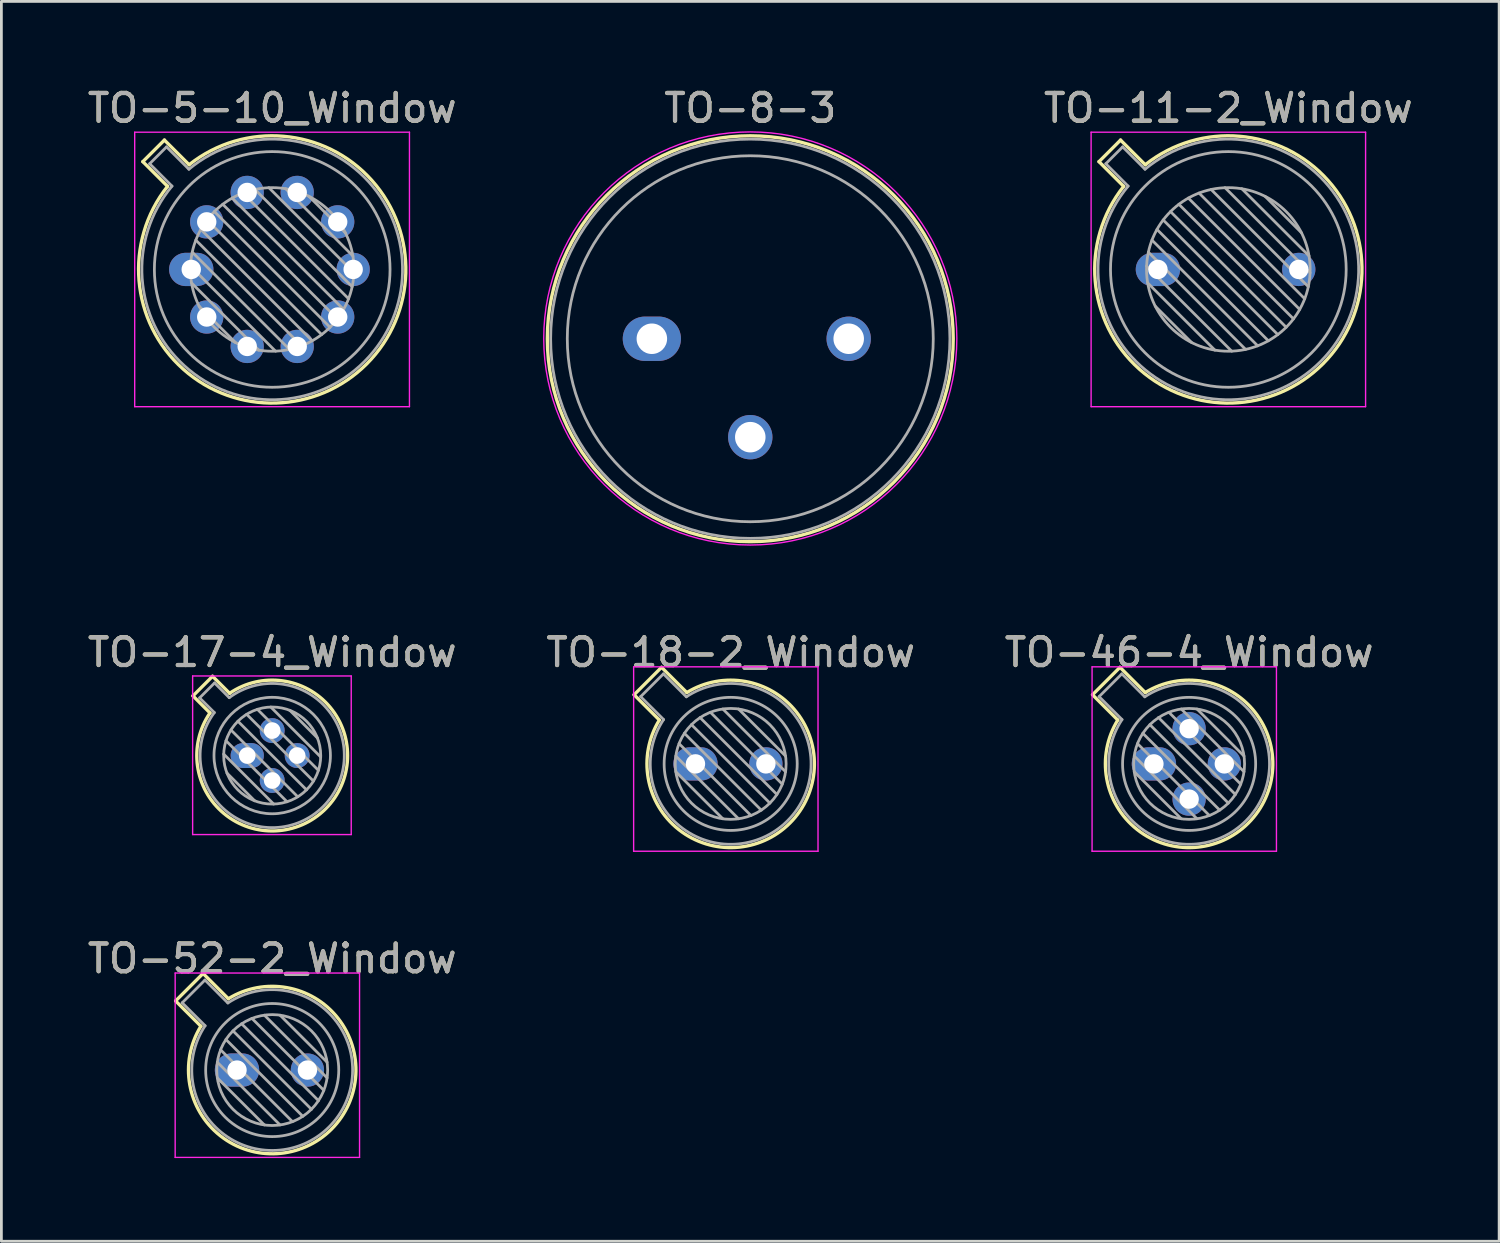
<source format=kicad_pcb>
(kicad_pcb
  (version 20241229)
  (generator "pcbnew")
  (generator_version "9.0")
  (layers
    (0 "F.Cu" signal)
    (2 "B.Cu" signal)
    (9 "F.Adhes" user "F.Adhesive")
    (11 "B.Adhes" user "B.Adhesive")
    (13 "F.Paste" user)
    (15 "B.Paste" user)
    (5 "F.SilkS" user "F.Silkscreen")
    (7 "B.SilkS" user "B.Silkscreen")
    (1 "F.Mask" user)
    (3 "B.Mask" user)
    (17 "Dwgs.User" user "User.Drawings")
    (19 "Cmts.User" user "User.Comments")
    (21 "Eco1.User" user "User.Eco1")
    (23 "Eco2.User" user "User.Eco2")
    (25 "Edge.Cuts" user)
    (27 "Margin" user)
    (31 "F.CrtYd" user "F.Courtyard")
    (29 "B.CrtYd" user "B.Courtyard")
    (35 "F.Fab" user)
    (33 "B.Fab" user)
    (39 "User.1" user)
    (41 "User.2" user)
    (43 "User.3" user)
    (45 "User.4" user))
  (footprint "TO-17-4_Window"
    (layer "F.Cu")
    (at 5.868 24.201)
    (property "Reference" "TO-17-4_Window" (at 0.9 -3.72 0) (layer "F.SilkS") (effects (font (size 1 1) (thickness 0.15))))
    (attr through_hole)
    (fp_line (start -1.959 -2.152) (end -1.344 -1.537) (stroke (width 0.12) (type solid)) (layer "F.SilkS"))
    (fp_line (start -1.252 -2.859) (end -1.959 -2.152) (stroke (width 0.12) (type solid)) (layer "F.SilkS"))
    (fp_line (start -0.637 -2.244) (end -1.252 -2.859) (stroke (width 0.12) (type solid)) (layer "F.SilkS"))
    (fp_arc (start -0.637002 -2.244109) (mid 2.82358 1.923081) (end -1.344508 -1.536419) (stroke (width 0.12) (type solid)) (layer "F.SilkS"))
    (fp_line (start -1.97 -2.87) (end -1.97 2.85) (stroke (width 0.05) (type solid)) (layer "F.CrtYd"))
    (fp_line (start -1.97 2.85) (end 3.75 2.85) (stroke (width 0.05) (type solid)) (layer "F.CrtYd"))
    (fp_line (start 3.75 -2.87) (end -1.97 -2.87) (stroke (width 0.05) (type solid)) (layer "F.CrtYd"))
    (fp_line (start 3.75 2.85) (end 3.75 -2.87) (stroke (width 0.05) (type solid)) (layer "F.CrtYd"))
    (fp_line (start -1.718 -2.08) (end -1.187 -1.55) (stroke (width 0.1) (type solid)) (layer "F.Fab"))
    (fp_line (start -1.18 -2.618) (end -1.718 -2.08) (stroke (width 0.1) (type solid)) (layer "F.Fab"))
    (fp_line (start -0.85 -0.053) (end 0.953 1.75) (stroke (width 0.1) (type solid)) (layer "F.Fab"))
    (fp_line (start -0.767 -0.535) (end 1.435 1.667) (stroke (width 0.1) (type solid)) (layer "F.Fab"))
    (fp_line (start -0.733 0.631) (end 0.269 1.633) (stroke (width 0.1) (type solid)) (layer "F.Fab"))
    (fp_line (start -0.65 -2.087) (end -1.18 -2.618) (stroke (width 0.1) (type solid)) (layer "F.Fab"))
    (fp_line (start -0.588 -0.922) (end 1.822 1.488) (stroke (width 0.1) (type solid)) (layer "F.Fab"))
    (fp_line (start -0.338 -1.238) (end 2.138 1.238) (stroke (width 0.1) (type solid)) (layer "F.Fab"))
    (fp_line (start -0.022 -1.488) (end 2.388 0.922) (stroke (width 0.1) (type solid)) (layer "F.Fab"))
    (fp_line (start 0.365 -1.667) (end 2.567 0.535) (stroke (width 0.1) (type solid)) (layer "F.Fab"))
    (fp_line (start 0.847 -1.75) (end 2.65 0.053) (stroke (width 0.1) (type solid)) (layer "F.Fab"))
    (fp_line (start 1.531 -1.633) (end 2.533 -0.631) (stroke (width 0.1) (type solid)) (layer "F.Fab"))
    (fp_arc (start -0.650035 -2.087436) (mid 2.738346 1.838609) (end -1.187214 -1.550334) (stroke (width 0.1) (type solid)) (layer "F.Fab"))
    (fp_circle (center 0.9 0) (end 2.65 0) (stroke (width 0.1) (type solid)) (fill no) (layer "F.Fab"))
    (fp_circle (center 0.9 0) (end 3 0) (stroke (width 0.1) (type solid)) (fill no) (layer "F.Fab"))
    (fp_text user "${REFERENCE}" (at 0.9 -3.72 0) (layer "F.Fab") (effects (font (size 1 1) (thickness 0.15))))
    (pad "1" thru_hole oval (at 0 0) (size 1.2 0.9) (drill 0.6) (layers "*.Cu" "*.Mask"))
    (pad "2" thru_hole oval (at 0.9 0.9) (size 0.9 0.9) (drill 0.6) (layers "*.Cu" "*.Mask"))
    (pad "3" thru_hole oval (at 1.8 0) (size 0.9 0.9) (drill 0.6) (layers "*.Cu" "*.Mask"))
    (pad "4" thru_hole oval (at 0.9 -0.9) (size 0.9 0.9) (drill 0.6) (layers "*.Cu" "*.Mask")))
  (footprint "TO-18-2_Window"
    (layer "F.Cu")
    (at 22.034 24.502)
    (property "Reference" "TO-18-2_Window" (at 1.27 -4.02 0) (layer "F.SilkS") (effects (font (size 1 1) (thickness 0.15))))
    (attr through_hole)
    (fp_line (start -2.214 -2.494) (end -1.302 -1.582) (stroke (width 0.12) (type solid)) (layer "F.SilkS"))
    (fp_line (start -1.224 -3.484) (end -2.214 -2.494) (stroke (width 0.12) (type solid)) (layer "F.SilkS"))
    (fp_line (start -0.312 -2.572) (end -1.224 -3.484) (stroke (width 0.12) (type solid)) (layer "F.SilkS"))
    (fp_arc (start -0.312331 -2.572281) (mid 3.405374 2.135551) (end -1.30215 -1.582544) (stroke (width 0.12) (type solid)) (layer "F.SilkS"))
    (fp_line (start -2.23 -3.5) (end -2.23 3.15) (stroke (width 0.05) (type solid)) (layer "F.CrtYd"))
    (fp_line (start -2.23 3.15) (end 4.42 3.15) (stroke (width 0.05) (type solid)) (layer "F.CrtYd"))
    (fp_line (start 4.42 -3.5) (end -2.23 -3.5) (stroke (width 0.05) (type solid)) (layer "F.CrtYd"))
    (fp_line (start 4.42 3.15) (end 4.42 -3.5) (stroke (width 0.05) (type solid)) (layer "F.CrtYd"))
    (fp_line (start -1.977 -2.426) (end -1.149 -1.599) (stroke (width 0.1) (type solid)) (layer "F.Fab"))
    (fp_line (start -1.156 -3.247) (end -1.977 -2.426) (stroke (width 0.1) (type solid)) (layer "F.Fab"))
    (fp_line (start -0.71 -0.283) (end 1.553 1.98) (stroke (width 0.1) (type solid)) (layer "F.Fab"))
    (fp_line (start -0.71 0.283) (end 0.987 1.98) (stroke (width 0.1) (type solid)) (layer "F.Fab"))
    (fp_line (start -0.592 -0.731) (end 2.001 1.862) (stroke (width 0.1) (type solid)) (layer "F.Fab"))
    (fp_line (start -0.399 -1.103) (end 2.373 1.669) (stroke (width 0.1) (type solid)) (layer "F.Fab"))
    (fp_line (start -0.329 -2.419) (end -1.156 -3.247) (stroke (width 0.1) (type solid)) (layer "F.Fab"))
    (fp_line (start -0.145 -1.415) (end 2.685 1.415) (stroke (width 0.1) (type solid)) (layer "F.Fab"))
    (fp_line (start 0.167 -1.669) (end 2.939 1.103) (stroke (width 0.1) (type solid)) (layer "F.Fab"))
    (fp_line (start 0.539 -1.862) (end 3.132 0.731) (stroke (width 0.1) (type solid)) (layer "F.Fab"))
    (fp_line (start 0.987 -1.98) (end 3.25 0.283) (stroke (width 0.1) (type solid)) (layer "F.Fab"))
    (fp_line (start 1.553 -1.98) (end 3.25 -0.283) (stroke (width 0.1) (type solid)) (layer "F.Fab"))
    (fp_arc (start -0.329057 -2.419301) (mid 3.321076 2.050143) (end -1.150029 -1.597956) (stroke (width 0.1) (type solid)) (layer "F.Fab"))
    (fp_circle (center 1.27 0) (end 3.27 0) (stroke (width 0.1) (type solid)) (fill no) (layer "F.Fab"))
    (fp_circle (center 1.27 0) (end 3.67 0) (stroke (width 0.1) (type solid)) (fill no) (layer "F.Fab"))
    (fp_text user "${REFERENCE}" (at 1.27 -4.02 0) (layer "F.Fab") (effects (font (size 1 1) (thickness 0.15))))
    (pad "1" thru_hole oval (at 0 0) (size 1.6 1.2) (drill 0.7) (layers "*.Cu" "*.Mask"))
    (pad "2" thru_hole oval (at 2.54 0) (size 1.2 1.2) (drill 0.7) (layers "*.Cu" "*.Mask")))
  (footprint "TO-8-3"
    (layer "F.Cu")
    (at 20.461 9.168)
    (property "Reference" "TO-8-3" (at 3.55 -8.32 0) (layer "F.SilkS") (effects (font (size 1 1) (thickness 0.15))))
    (attr through_hole)
    (fp_circle (center 3.55 0) (end 10.87 0) (stroke (width 0.12) (type solid)) (fill no) (layer "F.SilkS"))
    (fp_circle (center 3.55 -0.01) (end 11 -0.01) (stroke (width 0.05) (type solid)) (fill no) (layer "F.CrtYd"))
    (fp_circle (center 3.55 0) (end 10.15 0) (stroke (width 0.1) (type solid)) (fill no) (layer "F.Fab"))
    (fp_circle (center 3.55 0) (end 10.75 0) (stroke (width 0.1) (type solid)) (fill no) (layer "F.Fab"))
    (fp_text user "${REFERENCE}" (at 3.55 -8.32 0) (layer "F.Fab") (effects (font (size 1 1) (thickness 0.15))))
    (pad "1" thru_hole oval (at 0 0) (size 2.1 1.6) (drill 1.1) (layers "*.Cu" "*.Mask"))
    (pad "2" thru_hole oval (at 3.55 3.55) (size 1.6 1.6) (drill 1.1) (layers "*.Cu" "*.Mask"))
    (pad "3" thru_hole oval (at 7.1 0) (size 1.6 1.6) (drill 1.1) (layers "*.Cu" "*.Mask")))
  (footprint "TO-11-2_Window"
    (layer "F.Cu")
    (at 38.714 6.668)
    (property "Reference" "TO-11-2_Window" (at 2.54 -5.82 0) (layer "F.SilkS") (effects (font (size 1 1) (thickness 0.15))))
    (attr through_hole)
    (fp_line (start -2.126 -3.888) (end -1.235 -2.997) (stroke (width 0.12) (type solid)) (layer "F.SilkS"))
    (fp_line (start -1.348 -4.666) (end -2.126 -3.888) (stroke (width 0.12) (type solid)) (layer "F.SilkS"))
    (fp_line (start -0.457 -3.775) (end -1.348 -4.666) (stroke (width 0.12) (type solid)) (layer "F.SilkS"))
    (fp_arc (start -0.457084 -3.774902) (mid 5.948125 3.408384) (end -1.234674 -2.997371) (stroke (width 0.12) (type solid)) (layer "F.SilkS"))
    (fp_line (start -2.41 -4.95) (end -2.41 4.95) (stroke (width 0.05) (type solid)) (layer "F.CrtYd"))
    (fp_line (start -2.41 4.95) (end 7.49 4.95) (stroke (width 0.05) (type solid)) (layer "F.CrtYd"))
    (fp_line (start 7.49 -4.95) (end -2.41 -4.95) (stroke (width 0.05) (type solid)) (layer "F.CrtYd"))
    (fp_line (start 7.49 4.95) (end 7.49 -4.95) (stroke (width 0.05) (type solid)) (layer "F.CrtYd"))
    (fp_line (start -1.88 -3.812) (end -1.074 -3.005) (stroke (width 0.1) (type solid)) (layer "F.Fab"))
    (fp_line (start -1.272 -4.42) (end -1.88 -3.812) (stroke (width 0.1) (type solid)) (layer "F.Fab"))
    (fp_line (start -0.465 -3.614) (end -1.272 -4.42) (stroke (width 0.1) (type solid)) (layer "F.Fab"))
    (fp_line (start -0.408 -0.12) (end 2.66 2.948) (stroke (width 0.1) (type solid)) (layer "F.Fab"))
    (fp_line (start -0.371 0.485) (end 2.055 2.911) (stroke (width 0.1) (type solid)) (layer "F.Fab"))
    (fp_line (start -0.344 -0.622) (end 3.162 2.884) (stroke (width 0.1) (type solid)) (layer "F.Fab"))
    (fp_line (start -0.215 -1.058) (end 3.598 2.755) (stroke (width 0.1) (type solid)) (layer "F.Fab"))
    (fp_line (start -0.097 1.324) (end 1.216 2.637) (stroke (width 0.1) (type solid)) (layer "F.Fab"))
    (fp_line (start -0.034 -1.443) (end 3.983 2.574) (stroke (width 0.1) (type solid)) (layer "F.Fab"))
    (fp_line (start 0.19 -1.784) (end 4.324 2.35) (stroke (width 0.1) (type solid)) (layer "F.Fab"))
    (fp_line (start 0.454 -2.086) (end 4.626 2.086) (stroke (width 0.1) (type solid)) (layer "F.Fab"))
    (fp_line (start 0.756 -2.35) (end 4.89 1.784) (stroke (width 0.1) (type solid)) (layer "F.Fab"))
    (fp_line (start 1.097 -2.574) (end 5.114 1.443) (stroke (width 0.1) (type solid)) (layer "F.Fab"))
    (fp_line (start 1.482 -2.755) (end 5.295 1.058) (stroke (width 0.1) (type solid)) (layer "F.Fab"))
    (fp_line (start 1.918 -2.884) (end 5.424 0.622) (stroke (width 0.1) (type solid)) (layer "F.Fab"))
    (fp_line (start 2.42 -2.948) (end 5.488 0.12) (stroke (width 0.1) (type solid)) (layer "F.Fab"))
    (fp_line (start 3.025 -2.911) (end 5.451 -0.485) (stroke (width 0.1) (type solid)) (layer "F.Fab"))
    (fp_line (start 3.864 -2.637) (end 5.177 -1.324) (stroke (width 0.1) (type solid)) (layer "F.Fab"))
    (fp_arc (start -0.465408 -3.61352) (mid 5.863443 3.323361) (end -1.073594 -3.005319) (stroke (width 0.1) (type solid)) (layer "F.Fab"))
    (fp_circle (center 2.54 0) (end 5.49 0) (stroke (width 0.1) (type solid)) (fill no) (layer "F.Fab"))
    (fp_circle (center 2.54 0) (end 6.79 0) (stroke (width 0.1) (type solid)) (fill no) (layer "F.Fab"))
    (fp_text user "${REFERENCE}" (at 2.54 -5.82 0) (layer "F.Fab") (effects (font (size 1 1) (thickness 0.15))))
    (pad "1" thru_hole oval (at 0 0) (size 1.6 1.2) (drill 0.7) (layers "*.Cu" "*.Mask"))
    (pad "2" thru_hole oval (at 5.08 0) (size 1.2 1.2) (drill 0.7) (layers "*.Cu" "*.Mask")))
  (footprint "TO-52-2_Window"
    (layer "F.Cu")
    (at 5.498 35.545)
    (property "Reference" "TO-52-2_Window" (at 1.27 -4.02 0) (layer "F.SilkS") (effects (font (size 1 1) (thickness 0.15))))
    (attr through_hole)
    (fp_line (start -2.214 -2.494) (end -1.302 -1.582) (stroke (width 0.12) (type solid)) (layer "F.SilkS"))
    (fp_line (start -1.224 -3.484) (end -2.214 -2.494) (stroke (width 0.12) (type solid)) (layer "F.SilkS"))
    (fp_line (start -0.312 -2.572) (end -1.224 -3.484) (stroke (width 0.12) (type solid)) (layer "F.SilkS"))
    (fp_arc (start -0.312331 -2.572281) (mid 3.405374 2.135551) (end -1.30215 -1.582544) (stroke (width 0.12) (type solid)) (layer "F.SilkS"))
    (fp_line (start -2.23 -3.5) (end -2.23 3.15) (stroke (width 0.05) (type solid)) (layer "F.CrtYd"))
    (fp_line (start -2.23 3.15) (end 4.42 3.15) (stroke (width 0.05) (type solid)) (layer "F.CrtYd"))
    (fp_line (start 4.42 -3.5) (end -2.23 -3.5) (stroke (width 0.05) (type solid)) (layer "F.CrtYd"))
    (fp_line (start 4.42 3.15) (end 4.42 -3.5) (stroke (width 0.05) (type solid)) (layer "F.CrtYd"))
    (fp_line (start -1.977 -2.426) (end -1.149 -1.599) (stroke (width 0.1) (type solid)) (layer "F.Fab"))
    (fp_line (start -1.156 -3.247) (end -1.977 -2.426) (stroke (width 0.1) (type solid)) (layer "F.Fab"))
    (fp_line (start -0.71 -0.283) (end 1.553 1.98) (stroke (width 0.1) (type solid)) (layer "F.Fab"))
    (fp_line (start -0.71 0.283) (end 0.987 1.98) (stroke (width 0.1) (type solid)) (layer "F.Fab"))
    (fp_line (start -0.592 -0.731) (end 2.001 1.862) (stroke (width 0.1) (type solid)) (layer "F.Fab"))
    (fp_line (start -0.399 -1.103) (end 2.373 1.669) (stroke (width 0.1) (type solid)) (layer "F.Fab"))
    (fp_line (start -0.329 -2.419) (end -1.156 -3.247) (stroke (width 0.1) (type solid)) (layer "F.Fab"))
    (fp_line (start -0.145 -1.415) (end 2.685 1.415) (stroke (width 0.1) (type solid)) (layer "F.Fab"))
    (fp_line (start 0.167 -1.669) (end 2.939 1.103) (stroke (width 0.1) (type solid)) (layer "F.Fab"))
    (fp_line (start 0.539 -1.862) (end 3.132 0.731) (stroke (width 0.1) (type solid)) (layer "F.Fab"))
    (fp_line (start 0.987 -1.98) (end 3.25 0.283) (stroke (width 0.1) (type solid)) (layer "F.Fab"))
    (fp_line (start 1.553 -1.98) (end 3.25 -0.283) (stroke (width 0.1) (type solid)) (layer "F.Fab"))
    (fp_arc (start -0.329057 -2.419301) (mid 3.321076 2.050143) (end -1.150029 -1.597956) (stroke (width 0.1) (type solid)) (layer "F.Fab"))
    (fp_circle (center 1.27 0) (end 3.27 0) (stroke (width 0.1) (type solid)) (fill no) (layer "F.Fab"))
    (fp_circle (center 1.27 0) (end 3.67 0) (stroke (width 0.1) (type solid)) (fill no) (layer "F.Fab"))
    (fp_text user "${REFERENCE}" (at 1.27 -4.02 0) (layer "F.Fab") (effects (font (size 1 1) (thickness 0.15))))
    (pad "1" thru_hole oval (at 0 0) (size 1.6 1.2) (drill 0.7) (layers "*.Cu" "*.Mask"))
    (pad "2" thru_hole oval (at 2.54 0) (size 1.2 1.2) (drill 0.7) (layers "*.Cu" "*.Mask")))
  (footprint "TO-5-10_Window"
    (layer "F.Cu")
    (at 3.848 6.668)
    (property "Reference" "TO-5-10_Window" (at 2.92 -5.82 0) (layer "F.SilkS") (effects (font (size 1 1) (thickness 0.15))))
    (attr through_hole)
    (fp_line (start -1.746 -3.888) (end -0.855 -2.997) (stroke (width 0.12) (type solid)) (layer "F.SilkS"))
    (fp_line (start -0.968 -4.666) (end -1.746 -3.888) (stroke (width 0.12) (type solid)) (layer "F.SilkS"))
    (fp_line (start -0.077 -3.775) (end -0.968 -4.666) (stroke (width 0.12) (type solid)) (layer "F.SilkS"))
    (fp_arc (start -0.077084 -3.774902) (mid 6.328125 3.408384) (end -0.854674 -2.997371) (stroke (width 0.12) (type solid)) (layer "F.SilkS"))
    (fp_line (start -2.04 -4.95) (end -2.04 4.95) (stroke (width 0.05) (type solid)) (layer "F.CrtYd"))
    (fp_line (start -2.04 4.95) (end 7.87 4.95) (stroke (width 0.05) (type solid)) (layer "F.CrtYd"))
    (fp_line (start 7.87 -4.95) (end -2.04 -4.95) (stroke (width 0.05) (type solid)) (layer "F.CrtYd"))
    (fp_line (start 7.87 4.95) (end 7.87 -4.95) (stroke (width 0.05) (type solid)) (layer "F.CrtYd"))
    (fp_line (start -1.5 -3.812) (end -0.694 -3.005) (stroke (width 0.1) (type solid)) (layer "F.Fab"))
    (fp_line (start -0.892 -4.42) (end -1.5 -3.812) (stroke (width 0.1) (type solid)) (layer "F.Fab"))
    (fp_line (start -0.085 -3.614) (end -0.892 -4.42) (stroke (width 0.1) (type solid)) (layer "F.Fab"))
    (fp_line (start -0.028 -0.12) (end 3.04 2.948) (stroke (width 0.1) (type solid)) (layer "F.Fab"))
    (fp_line (start 0.009 0.485) (end 2.435 2.911) (stroke (width 0.1) (type solid)) (layer "F.Fab"))
    (fp_line (start 0.036 -0.622) (end 3.542 2.884) (stroke (width 0.1) (type solid)) (layer "F.Fab"))
    (fp_line (start 0.165 -1.058) (end 3.978 2.755) (stroke (width 0.1) (type solid)) (layer "F.Fab"))
    (fp_line (start 0.283 1.324) (end 1.596 2.637) (stroke (width 0.1) (type solid)) (layer "F.Fab"))
    (fp_line (start 0.346 -1.443) (end 4.363 2.574) (stroke (width 0.1) (type solid)) (layer "F.Fab"))
    (fp_line (start 0.57 -1.784) (end 4.704 2.35) (stroke (width 0.1) (type solid)) (layer "F.Fab"))
    (fp_line (start 0.834 -2.086) (end 5.006 2.086) (stroke (width 0.1) (type solid)) (layer "F.Fab"))
    (fp_line (start 1.136 -2.35) (end 5.27 1.784) (stroke (width 0.1) (type solid)) (layer "F.Fab"))
    (fp_line (start 1.477 -2.574) (end 5.494 1.443) (stroke (width 0.1) (type solid)) (layer "F.Fab"))
    (fp_line (start 1.862 -2.755) (end 5.675 1.058) (stroke (width 0.1) (type solid)) (layer "F.Fab"))
    (fp_line (start 2.298 -2.884) (end 5.804 0.622) (stroke (width 0.1) (type solid)) (layer "F.Fab"))
    (fp_line (start 2.8 -2.948) (end 5.868 0.12) (stroke (width 0.1) (type solid)) (layer "F.Fab"))
    (fp_line (start 3.405 -2.911) (end 5.831 -0.485) (stroke (width 0.1) (type solid)) (layer "F.Fab"))
    (fp_line (start 4.244 -2.637) (end 5.557 -1.324) (stroke (width 0.1) (type solid)) (layer "F.Fab"))
    (fp_arc (start -0.085408 -3.61352) (mid 6.243443 3.323361) (end -0.693594 -3.005319) (stroke (width 0.1) (type solid)) (layer "F.Fab"))
    (fp_circle (center 2.92 0) (end 5.87 0) (stroke (width 0.1) (type solid)) (fill no) (layer "F.Fab"))
    (fp_circle (center 2.92 0) (end 7.17 0) (stroke (width 0.1) (type solid)) (fill no) (layer "F.Fab"))
    (fp_text user "${REFERENCE}" (at 2.92 -5.82 0) (layer "F.Fab") (effects (font (size 1 1) (thickness 0.15))))
    (pad "1" thru_hole oval (at 0 0) (size 1.6 1.2) (drill 0.7) (layers "*.Cu" "*.Mask"))
    (pad "2" thru_hole oval (at 0.558 1.716) (size 1.2 1.2) (drill 0.7) (layers "*.Cu" "*.Mask"))
    (pad "3" thru_hole oval (at 2.018 2.777) (size 1.2 1.2) (drill 0.7) (layers "*.Cu" "*.Mask"))
    (pad "4" thru_hole oval (at 3.822 2.777) (size 1.2 1.2) (drill 0.7) (layers "*.Cu" "*.Mask"))
    (pad "5" thru_hole oval (at 5.282 1.716) (size 1.2 1.2) (drill 0.7) (layers "*.Cu" "*.Mask"))
    (pad "6" thru_hole oval (at 5.84 0) (size 1.2 1.2) (drill 0.7) (layers "*.Cu" "*.Mask"))
    (pad "7" thru_hole oval (at 5.282 -1.716) (size 1.2 1.2) (drill 0.7) (layers "*.Cu" "*.Mask"))
    (pad "8" thru_hole oval (at 3.822 -2.777) (size 1.2 1.2) (drill 0.7) (layers "*.Cu" "*.Mask"))
    (pad "9" thru_hole oval (at 2.018 -2.777) (size 1.2 1.2) (drill 0.7) (layers "*.Cu" "*.Mask"))
    (pad "10" thru_hole oval (at 0.558 -1.716) (size 1.2 1.2) (drill 0.7) (layers "*.Cu" "*.Mask")))
  (footprint "TO-46-4_Window"
    (layer "F.Cu")
    (at 38.569 24.502)
    (property "Reference" "TO-46-4_Window" (at 1.27 -4.02 0) (layer "F.SilkS") (effects (font (size 1 1) (thickness 0.15))))
    (attr through_hole)
    (fp_line (start -2.214 -2.494) (end -1.302 -1.582) (stroke (width 0.12) (type solid)) (layer "F.SilkS"))
    (fp_line (start -1.224 -3.484) (end -2.214 -2.494) (stroke (width 0.12) (type solid)) (layer "F.SilkS"))
    (fp_line (start -0.312 -2.572) (end -1.224 -3.484) (stroke (width 0.12) (type solid)) (layer "F.SilkS"))
    (fp_arc (start -0.312331 -2.572281) (mid 3.405374 2.135551) (end -1.30215 -1.582544) (stroke (width 0.12) (type solid)) (layer "F.SilkS"))
    (fp_line (start -2.23 -3.5) (end -2.23 3.15) (stroke (width 0.05) (type solid)) (layer "F.CrtYd"))
    (fp_line (start -2.23 3.15) (end 4.42 3.15) (stroke (width 0.05) (type solid)) (layer "F.CrtYd"))
    (fp_line (start 4.42 -3.5) (end -2.23 -3.5) (stroke (width 0.05) (type solid)) (layer "F.CrtYd"))
    (fp_line (start 4.42 3.15) (end 4.42 -3.5) (stroke (width 0.05) (type solid)) (layer "F.CrtYd"))
    (fp_line (start -1.977 -2.426) (end -1.149 -1.599) (stroke (width 0.1) (type solid)) (layer "F.Fab"))
    (fp_line (start -1.156 -3.247) (end -1.977 -2.426) (stroke (width 0.1) (type solid)) (layer "F.Fab"))
    (fp_line (start -0.71 -0.283) (end 1.553 1.98) (stroke (width 0.1) (type solid)) (layer "F.Fab"))
    (fp_line (start -0.71 0.283) (end 0.987 1.98) (stroke (width 0.1) (type solid)) (layer "F.Fab"))
    (fp_line (start -0.592 -0.731) (end 2.001 1.862) (stroke (width 0.1) (type solid)) (layer "F.Fab"))
    (fp_line (start -0.399 -1.103) (end 2.373 1.669) (stroke (width 0.1) (type solid)) (layer "F.Fab"))
    (fp_line (start -0.329 -2.419) (end -1.156 -3.247) (stroke (width 0.1) (type solid)) (layer "F.Fab"))
    (fp_line (start -0.145 -1.415) (end 2.685 1.415) (stroke (width 0.1) (type solid)) (layer "F.Fab"))
    (fp_line (start 0.167 -1.669) (end 2.939 1.103) (stroke (width 0.1) (type solid)) (layer "F.Fab"))
    (fp_line (start 0.539 -1.862) (end 3.132 0.731) (stroke (width 0.1) (type solid)) (layer "F.Fab"))
    (fp_line (start 0.987 -1.98) (end 3.25 0.283) (stroke (width 0.1) (type solid)) (layer "F.Fab"))
    (fp_line (start 1.553 -1.98) (end 3.25 -0.283) (stroke (width 0.1) (type solid)) (layer "F.Fab"))
    (fp_arc (start -0.329057 -2.419301) (mid 3.321076 2.050143) (end -1.150029 -1.597956) (stroke (width 0.1) (type solid)) (layer "F.Fab"))
    (fp_circle (center 1.27 0) (end 3.27 0) (stroke (width 0.1) (type solid)) (fill no) (layer "F.Fab"))
    (fp_circle (center 1.27 0) (end 3.67 0) (stroke (width 0.1) (type solid)) (fill no) (layer "F.Fab"))
    (fp_text user "${REFERENCE}" (at 1.27 -4.02 0) (layer "F.Fab") (effects (font (size 1 1) (thickness 0.15))))
    (pad "1" thru_hole oval (at 0 0) (size 1.6 1.2) (drill 0.7) (layers "*.Cu" "*.Mask"))
    (pad "2" thru_hole oval (at 1.27 1.27) (size 1.2 1.2) (drill 0.7) (layers "*.Cu" "*.Mask"))
    (pad "3" thru_hole oval (at 2.54 0) (size 1.2 1.2) (drill 0.7) (layers "*.Cu" "*.Mask"))
    (pad "4" thru_hole oval (at 1.27 -1.27) (size 1.2 1.2) (drill 0.7) (layers "*.Cu" "*.Mask")))
  (gr_rect
    (start -3 -3)
    (end 51.021 41.72)
    (stroke (width 0.1) (type default))
    (fill no)
    (layer "Edge.Cuts")))
</source>
